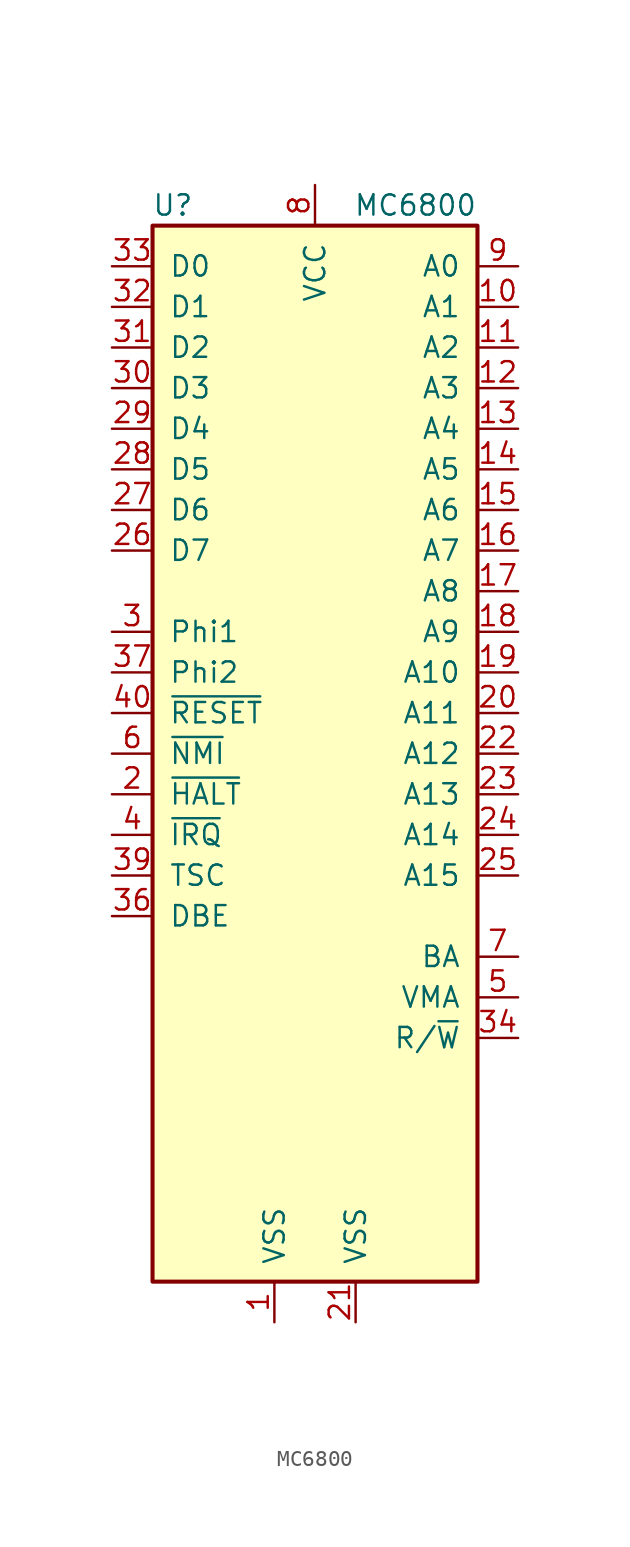
<source format=kicad_sym>
(kicad_symbol_lib
  (version 20211014)
  (generator kicad_symbol_editor)
  (symbol "MC6800"
    (pin_names
      (offset 1.016))
    (property "Reference" "U"
      (at -8.89 34.29 0)
      (effects (font (size 1.27 1.27))))
    (property "Value" "MC6800"
      (at 10.16 34.29 0)
      (effects (font (size 1.27 1.27)) (justify right)))
    (symbol "MC6800_0_1"
      (rectangle (start -10.16 -33.02) (end 10.16 33.02) (stroke (width 0.254) (type default) (color 0 0 0 0)) (fill (type background))))
    (symbol "MC6800_1_1"
      (pin power_in line (at -2.54 -35.56 90) (length 2.54) (name "VSS" (effects (font (size 1.27 1.27)))) (number "1" (effects (font (size 1.27 1.27)))))
      (pin output line (at 12.7 27.94 180) (length 2.54) (name "A1" (effects (font (size 1.27 1.27)))) (number "10" (effects (font (size 1.27 1.27)))))
      (pin output line (at 12.7 25.4 180) (length 2.54) (name "A2" (effects (font (size 1.27 1.27)))) (number "11" (effects (font (size 1.27 1.27)))))
      (pin output line (at 12.7 22.86 180) (length 2.54) (name "A3" (effects (font (size 1.27 1.27)))) (number "12" (effects (font (size 1.27 1.27)))))
      (pin output line (at 12.7 20.32 180) (length 2.54) (name "A4" (effects (font (size 1.27 1.27)))) (number "13" (effects (font (size 1.27 1.27)))))
      (pin output line (at 12.7 17.78 180) (length 2.54) (name "A5" (effects (font (size 1.27 1.27)))) (number "14" (effects (font (size 1.27 1.27)))))
      (pin output line (at 12.7 15.24 180) (length 2.54) (name "A6" (effects (font (size 1.27 1.27)))) (number "15" (effects (font (size 1.27 1.27)))))
      (pin output line (at 12.7 12.7 180) (length 2.54) (name "A7" (effects (font (size 1.27 1.27)))) (number "16" (effects (font (size 1.27 1.27)))))
      (pin output line (at 12.7 10.16 180) (length 2.54) (name "A8" (effects (font (size 1.27 1.27)))) (number "17" (effects (font (size 1.27 1.27)))))
      (pin output line (at 12.7 7.62 180) (length 2.54) (name "A9" (effects (font (size 1.27 1.27)))) (number "18" (effects (font (size 1.27 1.27)))))
      (pin output line (at 12.7 5.08 180) (length 2.54) (name "A10" (effects (font (size 1.27 1.27)))) (number "19" (effects (font (size 1.27 1.27)))))
      (pin input line (at -12.7 -2.54 0) (length 2.54) (name "~{HALT}" (effects (font (size 1.27 1.27)))) (number "2" (effects (font (size 1.27 1.27)))))
      (pin output line (at 12.7 2.54 180) (length 2.54) (name "A11" (effects (font (size 1.27 1.27)))) (number "20" (effects (font (size 1.27 1.27)))))
      (pin power_in line (at 2.54 -35.56 90) (length 2.54) (name "VSS" (effects (font (size 1.27 1.27)))) (number "21" (effects (font (size 1.27 1.27)))))
      (pin output line (at 12.7 0 180) (length 2.54) (name "A12" (effects (font (size 1.27 1.27)))) (number "22" (effects (font (size 1.27 1.27)))))
      (pin output line (at 12.7 -2.54 180) (length 2.54) (name "A13" (effects (font (size 1.27 1.27)))) (number "23" (effects (font (size 1.27 1.27)))))
      (pin output line (at 12.7 -5.08 180) (length 2.54) (name "A14" (effects (font (size 1.27 1.27)))) (number "24" (effects (font (size 1.27 1.27)))))
      (pin output line (at 12.7 -7.62 180) (length 2.54) (name "A15" (effects (font (size 1.27 1.27)))) (number "25" (effects (font (size 1.27 1.27)))))
      (pin bidirectional line (at -12.7 12.7 0) (length 2.54) (name "D7" (effects (font (size 1.27 1.27)))) (number "26" (effects (font (size 1.27 1.27)))))
      (pin bidirectional line (at -12.7 15.24 0) (length 2.54) (name "D6" (effects (font (size 1.27 1.27)))) (number "27" (effects (font (size 1.27 1.27)))))
      (pin bidirectional line (at -12.7 17.78 0) (length 2.54) (name "D5" (effects (font (size 1.27 1.27)))) (number "28" (effects (font (size 1.27 1.27)))))
      (pin bidirectional line (at -12.7 20.32 0) (length 2.54) (name "D4" (effects (font (size 1.27 1.27)))) (number "29" (effects (font (size 1.27 1.27)))))
      (pin input line (at -12.7 7.62 0) (length 2.54) (name "Phi1" (effects (font (size 1.27 1.27)))) (number "3" (effects (font (size 1.27 1.27)))))
      (pin bidirectional line (at -12.7 22.86 0) (length 2.54) (name "D3" (effects (font (size 1.27 1.27)))) (number "30" (effects (font (size 1.27 1.27)))))
      (pin bidirectional line (at -12.7 25.4 0) (length 2.54) (name "D2" (effects (font (size 1.27 1.27)))) (number "31" (effects (font (size 1.27 1.27)))))
      (pin bidirectional line (at -12.7 27.94 0) (length 2.54) (name "D1" (effects (font (size 1.27 1.27)))) (number "32" (effects (font (size 1.27 1.27)))))
      (pin bidirectional line (at -12.7 30.48 0) (length 2.54) (name "D0" (effects (font (size 1.27 1.27)))) (number "33" (effects (font (size 1.27 1.27)))))
      (pin output line (at 12.7 -17.78 180) (length 2.54) (name "R/~{W}" (effects (font (size 1.27 1.27)))) (number "34" (effects (font (size 1.27 1.27)))))
      (pin no_connect line (at -10.16 -25.4 0) (length 2.54) hide (name "N.C." (effects (font (size 1.27 1.27)))) (number "35" (effects (font (size 1.27 1.27)))))
      (pin input line (at -12.7 -10.16 0) (length 2.54) (name "DBE" (effects (font (size 1.27 1.27)))) (number "36" (effects (font (size 1.27 1.27)))))
      (pin input line (at -12.7 5.08 0) (length 2.54) (name "Phi2" (effects (font (size 1.27 1.27)))) (number "37" (effects (font (size 1.27 1.27)))))
      (pin no_connect line (at -10.16 -22.86 0) (length 2.54) hide (name "N.C." (effects (font (size 1.27 1.27)))) (number "38" (effects (font (size 1.27 1.27)))))
      (pin input line (at -12.7 -7.62 0) (length 2.54) (name "TSC" (effects (font (size 1.27 1.27)))) (number "39" (effects (font (size 1.27 1.27)))))
      (pin input line (at -12.7 -5.08 0) (length 2.54) (name "~{IRQ}" (effects (font (size 1.27 1.27)))) (number "4" (effects (font (size 1.27 1.27)))))
      (pin input line (at -12.7 2.54 0) (length 2.54) (name "~{RESET}" (effects (font (size 1.27 1.27)))) (number "40" (effects (font (size 1.27 1.27)))))
      (pin output line (at 12.7 -15.24 180) (length 2.54) (name "VMA" (effects (font (size 1.27 1.27)))) (number "5" (effects (font (size 1.27 1.27)))))
      (pin input line (at -12.7 0 0) (length 2.54) (name "~{NMI}" (effects (font (size 1.27 1.27)))) (number "6" (effects (font (size 1.27 1.27)))))
      (pin output line (at 12.7 -12.7 180) (length 2.54) (name "BA" (effects (font (size 1.27 1.27)))) (number "7" (effects (font (size 1.27 1.27)))))
      (pin power_in line (at 0 35.56 270) (length 2.54) (name "VCC" (effects (font (size 1.27 1.27)))) (number "8" (effects (font (size 1.27 1.27)))))
      (pin output line (at 12.7 30.48 180) (length 2.54) (name "A0" (effects (font (size 1.27 1.27)))) (number "9" (effects (font (size 1.27 1.27))))))))
</source>
